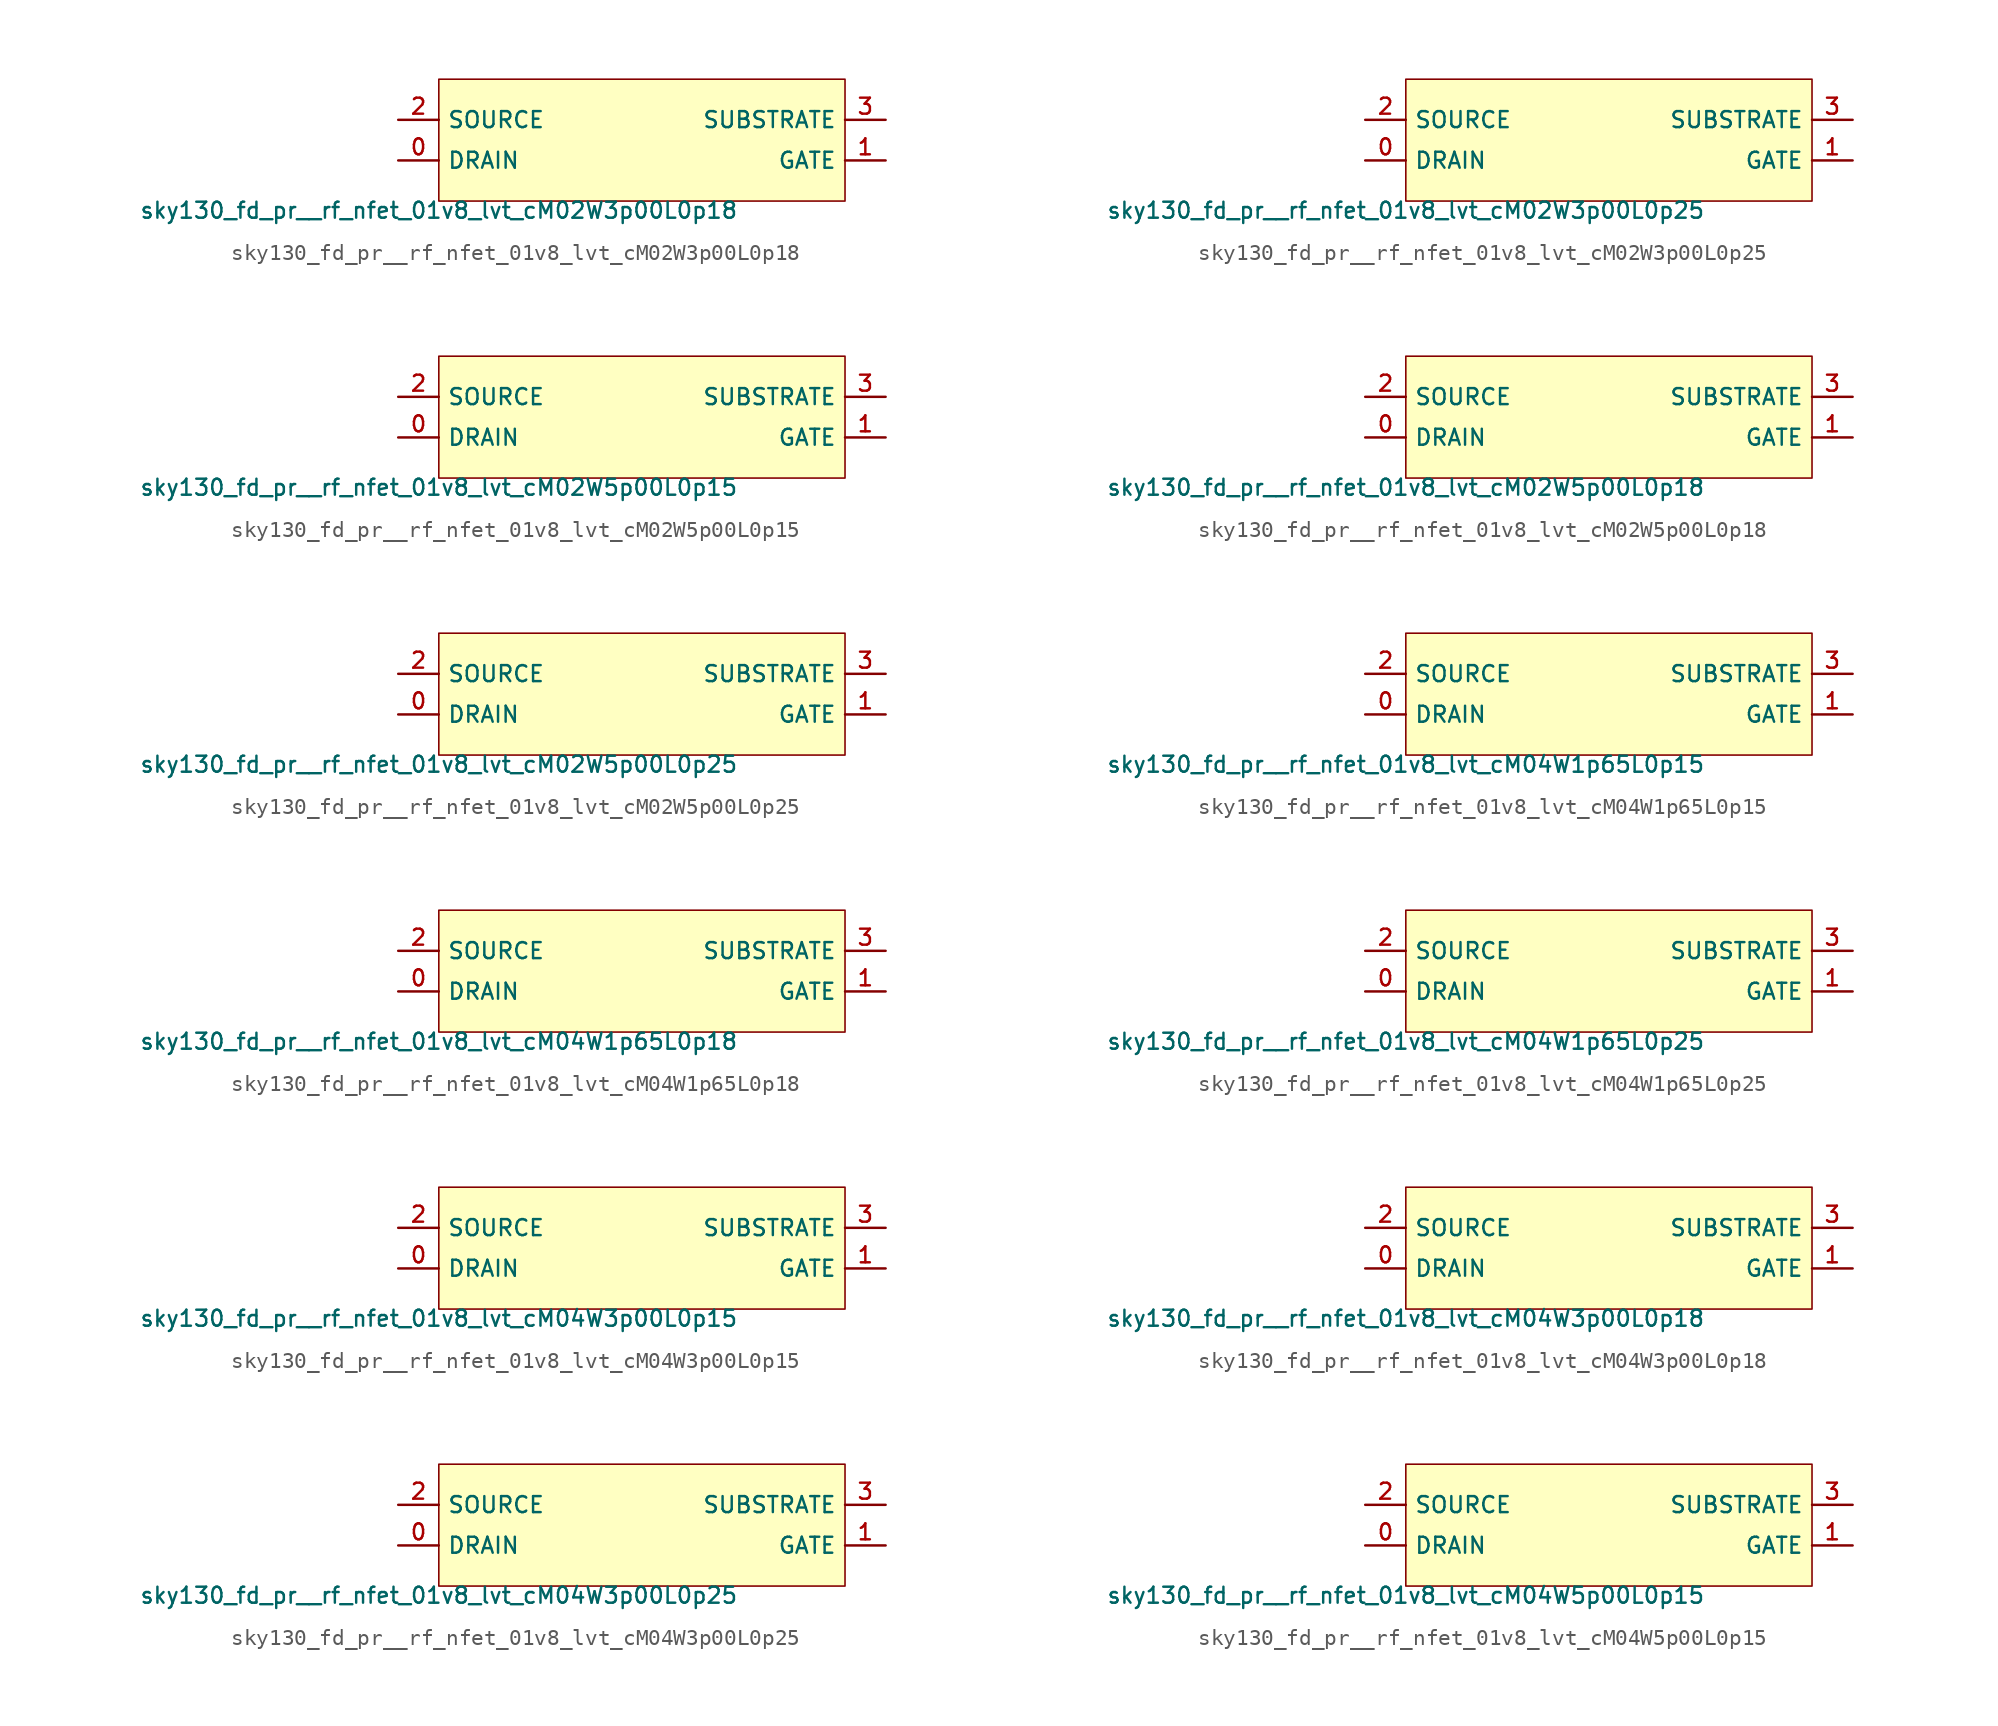
<source format=kicad_sym>
(kicad_symbol_lib
  (version 20211014)
  (generator lef2kicad_sym)
  (symbol "sky130_fd_pr__rf_nfet_01v8_lvt_cM02W3p00L0p18"
    (property "Reference" "X"
      (at 0 0 0)
      (effects (font (size 1 1)) hide))
    (property "Value" "sky130_fd_pr__rf_nfet_01v8_lvt_cM02W3p00L0p18"
      (at -12.7 -3.81 0)
      (effects (font (size 1 1)) (justify top)))
    (rectangle
      (start -12.7 -3.81)
      (end 12.7 3.81)
      (stroke (width 0.1) (type solid) (color 0 0 0 0))
      (fill (type background)))
    (pin bidirectional line
      (at -15.24 -1.27 0)
      (length 2.54)
      (name "DRAIN" (effects (font (size 1 1)) hide))
      (number "0" (effects (font (size 1 1)) hide)))
    (pin bidirectional line
      (at 15.24 -1.27 180)
      (length 2.54)
      (name "GATE" (effects (font (size 1 1)) hide))
      (number "1" (effects (font (size 1 1)) hide)))
    (pin bidirectional line
      (at -15.24 1.27 0)
      (length 2.54)
      (name "SOURCE" (effects (font (size 1 1)) hide))
      (number "2" (effects (font (size 1 1)) hide)))
    (pin bidirectional line
      (at 15.24 1.27 180)
      (length 2.54)
      (name "SUBSTRATE" (effects (font (size 1 1)) hide))
      (number "3" (effects (font (size 1 1)) hide))))
  (symbol "sky130_fd_pr__rf_nfet_01v8_lvt_cM02W3p00L0p25"
    (property "Reference" "X"
      (at 0 0 0)
      (effects (font (size 1 1)) hide))
    (property "Value" "sky130_fd_pr__rf_nfet_01v8_lvt_cM02W3p00L0p25"
      (at -12.7 -3.81 0)
      (effects (font (size 1 1)) (justify top)))
    (rectangle
      (start -12.7 -3.81)
      (end 12.7 3.81)
      (stroke (width 0.1) (type solid) (color 0 0 0 0))
      (fill (type background)))
    (pin bidirectional line
      (at -15.24 -1.27 0)
      (length 2.54)
      (name "DRAIN" (effects (font (size 1 1)) hide))
      (number "0" (effects (font (size 1 1)) hide)))
    (pin bidirectional line
      (at 15.24 -1.27 180)
      (length 2.54)
      (name "GATE" (effects (font (size 1 1)) hide))
      (number "1" (effects (font (size 1 1)) hide)))
    (pin bidirectional line
      (at -15.24 1.27 0)
      (length 2.54)
      (name "SOURCE" (effects (font (size 1 1)) hide))
      (number "2" (effects (font (size 1 1)) hide)))
    (pin bidirectional line
      (at 15.24 1.27 180)
      (length 2.54)
      (name "SUBSTRATE" (effects (font (size 1 1)) hide))
      (number "3" (effects (font (size 1 1)) hide))))
  (symbol "sky130_fd_pr__rf_nfet_01v8_lvt_cM02W5p00L0p15"
    (property "Reference" "X"
      (at 0 0 0)
      (effects (font (size 1 1)) hide))
    (property "Value" "sky130_fd_pr__rf_nfet_01v8_lvt_cM02W5p00L0p15"
      (at -12.7 -3.81 0)
      (effects (font (size 1 1)) (justify top)))
    (rectangle
      (start -12.7 -3.81)
      (end 12.7 3.81)
      (stroke (width 0.1) (type solid) (color 0 0 0 0))
      (fill (type background)))
    (pin bidirectional line
      (at -15.24 -1.27 0)
      (length 2.54)
      (name "DRAIN" (effects (font (size 1 1)) hide))
      (number "0" (effects (font (size 1 1)) hide)))
    (pin bidirectional line
      (at 15.24 -1.27 180)
      (length 2.54)
      (name "GATE" (effects (font (size 1 1)) hide))
      (number "1" (effects (font (size 1 1)) hide)))
    (pin bidirectional line
      (at -15.24 1.27 0)
      (length 2.54)
      (name "SOURCE" (effects (font (size 1 1)) hide))
      (number "2" (effects (font (size 1 1)) hide)))
    (pin bidirectional line
      (at 15.24 1.27 180)
      (length 2.54)
      (name "SUBSTRATE" (effects (font (size 1 1)) hide))
      (number "3" (effects (font (size 1 1)) hide))))
  (symbol "sky130_fd_pr__rf_nfet_01v8_lvt_cM02W5p00L0p18"
    (property "Reference" "X"
      (at 0 0 0)
      (effects (font (size 1 1)) hide))
    (property "Value" "sky130_fd_pr__rf_nfet_01v8_lvt_cM02W5p00L0p18"
      (at -12.7 -3.81 0)
      (effects (font (size 1 1)) (justify top)))
    (rectangle
      (start -12.7 -3.81)
      (end 12.7 3.81)
      (stroke (width 0.1) (type solid) (color 0 0 0 0))
      (fill (type background)))
    (pin bidirectional line
      (at -15.24 -1.27 0)
      (length 2.54)
      (name "DRAIN" (effects (font (size 1 1)) hide))
      (number "0" (effects (font (size 1 1)) hide)))
    (pin bidirectional line
      (at 15.24 -1.27 180)
      (length 2.54)
      (name "GATE" (effects (font (size 1 1)) hide))
      (number "1" (effects (font (size 1 1)) hide)))
    (pin bidirectional line
      (at -15.24 1.27 0)
      (length 2.54)
      (name "SOURCE" (effects (font (size 1 1)) hide))
      (number "2" (effects (font (size 1 1)) hide)))
    (pin bidirectional line
      (at 15.24 1.27 180)
      (length 2.54)
      (name "SUBSTRATE" (effects (font (size 1 1)) hide))
      (number "3" (effects (font (size 1 1)) hide))))
  (symbol "sky130_fd_pr__rf_nfet_01v8_lvt_cM02W5p00L0p25"
    (property "Reference" "X"
      (at 0 0 0)
      (effects (font (size 1 1)) hide))
    (property "Value" "sky130_fd_pr__rf_nfet_01v8_lvt_cM02W5p00L0p25"
      (at -12.7 -3.81 0)
      (effects (font (size 1 1)) (justify top)))
    (rectangle
      (start -12.7 -3.81)
      (end 12.7 3.81)
      (stroke (width 0.1) (type solid) (color 0 0 0 0))
      (fill (type background)))
    (pin bidirectional line
      (at -15.24 -1.27 0)
      (length 2.54)
      (name "DRAIN" (effects (font (size 1 1)) hide))
      (number "0" (effects (font (size 1 1)) hide)))
    (pin bidirectional line
      (at 15.24 -1.27 180)
      (length 2.54)
      (name "GATE" (effects (font (size 1 1)) hide))
      (number "1" (effects (font (size 1 1)) hide)))
    (pin bidirectional line
      (at -15.24 1.27 0)
      (length 2.54)
      (name "SOURCE" (effects (font (size 1 1)) hide))
      (number "2" (effects (font (size 1 1)) hide)))
    (pin bidirectional line
      (at 15.24 1.27 180)
      (length 2.54)
      (name "SUBSTRATE" (effects (font (size 1 1)) hide))
      (number "3" (effects (font (size 1 1)) hide))))
  (symbol "sky130_fd_pr__rf_nfet_01v8_lvt_cM04W1p65L0p15"
    (property "Reference" "X"
      (at 0 0 0)
      (effects (font (size 1 1)) hide))
    (property "Value" "sky130_fd_pr__rf_nfet_01v8_lvt_cM04W1p65L0p15"
      (at -12.7 -3.81 0)
      (effects (font (size 1 1)) (justify top)))
    (rectangle
      (start -12.7 -3.81)
      (end 12.7 3.81)
      (stroke (width 0.1) (type solid) (color 0 0 0 0))
      (fill (type background)))
    (pin bidirectional line
      (at -15.24 -1.27 0)
      (length 2.54)
      (name "DRAIN" (effects (font (size 1 1)) hide))
      (number "0" (effects (font (size 1 1)) hide)))
    (pin bidirectional line
      (at 15.24 -1.27 180)
      (length 2.54)
      (name "GATE" (effects (font (size 1 1)) hide))
      (number "1" (effects (font (size 1 1)) hide)))
    (pin bidirectional line
      (at -15.24 1.27 0)
      (length 2.54)
      (name "SOURCE" (effects (font (size 1 1)) hide))
      (number "2" (effects (font (size 1 1)) hide)))
    (pin bidirectional line
      (at 15.24 1.27 180)
      (length 2.54)
      (name "SUBSTRATE" (effects (font (size 1 1)) hide))
      (number "3" (effects (font (size 1 1)) hide))))
  (symbol "sky130_fd_pr__rf_nfet_01v8_lvt_cM04W1p65L0p18"
    (property "Reference" "X"
      (at 0 0 0)
      (effects (font (size 1 1)) hide))
    (property "Value" "sky130_fd_pr__rf_nfet_01v8_lvt_cM04W1p65L0p18"
      (at -12.7 -3.81 0)
      (effects (font (size 1 1)) (justify top)))
    (rectangle
      (start -12.7 -3.81)
      (end 12.7 3.81)
      (stroke (width 0.1) (type solid) (color 0 0 0 0))
      (fill (type background)))
    (pin bidirectional line
      (at -15.24 -1.27 0)
      (length 2.54)
      (name "DRAIN" (effects (font (size 1 1)) hide))
      (number "0" (effects (font (size 1 1)) hide)))
    (pin bidirectional line
      (at 15.24 -1.27 180)
      (length 2.54)
      (name "GATE" (effects (font (size 1 1)) hide))
      (number "1" (effects (font (size 1 1)) hide)))
    (pin bidirectional line
      (at -15.24 1.27 0)
      (length 2.54)
      (name "SOURCE" (effects (font (size 1 1)) hide))
      (number "2" (effects (font (size 1 1)) hide)))
    (pin bidirectional line
      (at 15.24 1.27 180)
      (length 2.54)
      (name "SUBSTRATE" (effects (font (size 1 1)) hide))
      (number "3" (effects (font (size 1 1)) hide))))
  (symbol "sky130_fd_pr__rf_nfet_01v8_lvt_cM04W1p65L0p25"
    (property "Reference" "X"
      (at 0 0 0)
      (effects (font (size 1 1)) hide))
    (property "Value" "sky130_fd_pr__rf_nfet_01v8_lvt_cM04W1p65L0p25"
      (at -12.7 -3.81 0)
      (effects (font (size 1 1)) (justify top)))
    (rectangle
      (start -12.7 -3.81)
      (end 12.7 3.81)
      (stroke (width 0.1) (type solid) (color 0 0 0 0))
      (fill (type background)))
    (pin bidirectional line
      (at -15.24 -1.27 0)
      (length 2.54)
      (name "DRAIN" (effects (font (size 1 1)) hide))
      (number "0" (effects (font (size 1 1)) hide)))
    (pin bidirectional line
      (at 15.24 -1.27 180)
      (length 2.54)
      (name "GATE" (effects (font (size 1 1)) hide))
      (number "1" (effects (font (size 1 1)) hide)))
    (pin bidirectional line
      (at -15.24 1.27 0)
      (length 2.54)
      (name "SOURCE" (effects (font (size 1 1)) hide))
      (number "2" (effects (font (size 1 1)) hide)))
    (pin bidirectional line
      (at 15.24 1.27 180)
      (length 2.54)
      (name "SUBSTRATE" (effects (font (size 1 1)) hide))
      (number "3" (effects (font (size 1 1)) hide))))
  (symbol "sky130_fd_pr__rf_nfet_01v8_lvt_cM04W3p00L0p15"
    (property "Reference" "X"
      (at 0 0 0)
      (effects (font (size 1 1)) hide))
    (property "Value" "sky130_fd_pr__rf_nfet_01v8_lvt_cM04W3p00L0p15"
      (at -12.7 -3.81 0)
      (effects (font (size 1 1)) (justify top)))
    (rectangle
      (start -12.7 -3.81)
      (end 12.7 3.81)
      (stroke (width 0.1) (type solid) (color 0 0 0 0))
      (fill (type background)))
    (pin bidirectional line
      (at -15.24 -1.27 0)
      (length 2.54)
      (name "DRAIN" (effects (font (size 1 1)) hide))
      (number "0" (effects (font (size 1 1)) hide)))
    (pin bidirectional line
      (at 15.24 -1.27 180)
      (length 2.54)
      (name "GATE" (effects (font (size 1 1)) hide))
      (number "1" (effects (font (size 1 1)) hide)))
    (pin bidirectional line
      (at -15.24 1.27 0)
      (length 2.54)
      (name "SOURCE" (effects (font (size 1 1)) hide))
      (number "2" (effects (font (size 1 1)) hide)))
    (pin bidirectional line
      (at 15.24 1.27 180)
      (length 2.54)
      (name "SUBSTRATE" (effects (font (size 1 1)) hide))
      (number "3" (effects (font (size 1 1)) hide))))
  (symbol "sky130_fd_pr__rf_nfet_01v8_lvt_cM04W3p00L0p18"
    (property "Reference" "X"
      (at 0 0 0)
      (effects (font (size 1 1)) hide))
    (property "Value" "sky130_fd_pr__rf_nfet_01v8_lvt_cM04W3p00L0p18"
      (at -12.7 -3.81 0)
      (effects (font (size 1 1)) (justify top)))
    (rectangle
      (start -12.7 -3.81)
      (end 12.7 3.81)
      (stroke (width 0.1) (type solid) (color 0 0 0 0))
      (fill (type background)))
    (pin bidirectional line
      (at -15.24 -1.27 0)
      (length 2.54)
      (name "DRAIN" (effects (font (size 1 1)) hide))
      (number "0" (effects (font (size 1 1)) hide)))
    (pin bidirectional line
      (at 15.24 -1.27 180)
      (length 2.54)
      (name "GATE" (effects (font (size 1 1)) hide))
      (number "1" (effects (font (size 1 1)) hide)))
    (pin bidirectional line
      (at -15.24 1.27 0)
      (length 2.54)
      (name "SOURCE" (effects (font (size 1 1)) hide))
      (number "2" (effects (font (size 1 1)) hide)))
    (pin bidirectional line
      (at 15.24 1.27 180)
      (length 2.54)
      (name "SUBSTRATE" (effects (font (size 1 1)) hide))
      (number "3" (effects (font (size 1 1)) hide))))
  (symbol "sky130_fd_pr__rf_nfet_01v8_lvt_cM04W3p00L0p25"
    (property "Reference" "X"
      (at 0 0 0)
      (effects (font (size 1 1)) hide))
    (property "Value" "sky130_fd_pr__rf_nfet_01v8_lvt_cM04W3p00L0p25"
      (at -12.7 -3.81 0)
      (effects (font (size 1 1)) (justify top)))
    (rectangle
      (start -12.7 -3.81)
      (end 12.7 3.81)
      (stroke (width 0.1) (type solid) (color 0 0 0 0))
      (fill (type background)))
    (pin bidirectional line
      (at -15.24 -1.27 0)
      (length 2.54)
      (name "DRAIN" (effects (font (size 1 1)) hide))
      (number "0" (effects (font (size 1 1)) hide)))
    (pin bidirectional line
      (at 15.24 -1.27 180)
      (length 2.54)
      (name "GATE" (effects (font (size 1 1)) hide))
      (number "1" (effects (font (size 1 1)) hide)))
    (pin bidirectional line
      (at -15.24 1.27 0)
      (length 2.54)
      (name "SOURCE" (effects (font (size 1 1)) hide))
      (number "2" (effects (font (size 1 1)) hide)))
    (pin bidirectional line
      (at 15.24 1.27 180)
      (length 2.54)
      (name "SUBSTRATE" (effects (font (size 1 1)) hide))
      (number "3" (effects (font (size 1 1)) hide))))
  (symbol "sky130_fd_pr__rf_nfet_01v8_lvt_cM04W5p00L0p15"
    (property "Reference" "X"
      (at 0 0 0)
      (effects (font (size 1 1)) hide))
    (property "Value" "sky130_fd_pr__rf_nfet_01v8_lvt_cM04W5p00L0p15"
      (at -12.7 -3.81 0)
      (effects (font (size 1 1)) (justify top)))
    (rectangle
      (start -12.7 -3.81)
      (end 12.7 3.81)
      (stroke (width 0.1) (type solid) (color 0 0 0 0))
      (fill (type background)))
    (pin bidirectional line
      (at -15.24 -1.27 0)
      (length 2.54)
      (name "DRAIN" (effects (font (size 1 1)) hide))
      (number "0" (effects (font (size 1 1)) hide)))
    (pin bidirectional line
      (at 15.24 -1.27 180)
      (length 2.54)
      (name "GATE" (effects (font (size 1 1)) hide))
      (number "1" (effects (font (size 1 1)) hide)))
    (pin bidirectional line
      (at -15.24 1.27 0)
      (length 2.54)
      (name "SOURCE" (effects (font (size 1 1)) hide))
      (number "2" (effects (font (size 1 1)) hide)))
    (pin bidirectional line
      (at 15.24 1.27 180)
      (length 2.54)
      (name "SUBSTRATE" (effects (font (size 1 1)) hide))
      (number "3" (effects (font (size 1 1)) hide)))))
</source>
